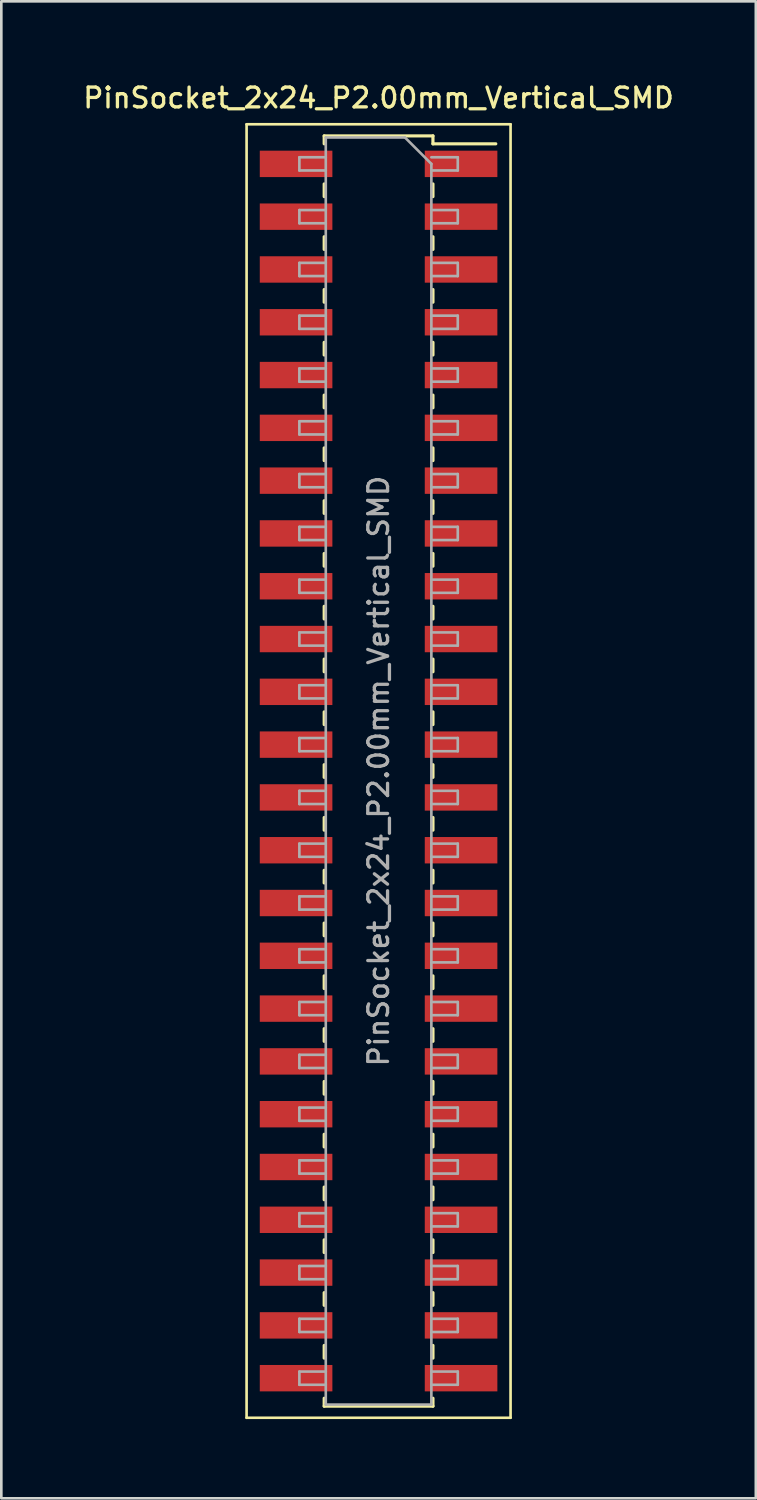
<source format=kicad_pcb>
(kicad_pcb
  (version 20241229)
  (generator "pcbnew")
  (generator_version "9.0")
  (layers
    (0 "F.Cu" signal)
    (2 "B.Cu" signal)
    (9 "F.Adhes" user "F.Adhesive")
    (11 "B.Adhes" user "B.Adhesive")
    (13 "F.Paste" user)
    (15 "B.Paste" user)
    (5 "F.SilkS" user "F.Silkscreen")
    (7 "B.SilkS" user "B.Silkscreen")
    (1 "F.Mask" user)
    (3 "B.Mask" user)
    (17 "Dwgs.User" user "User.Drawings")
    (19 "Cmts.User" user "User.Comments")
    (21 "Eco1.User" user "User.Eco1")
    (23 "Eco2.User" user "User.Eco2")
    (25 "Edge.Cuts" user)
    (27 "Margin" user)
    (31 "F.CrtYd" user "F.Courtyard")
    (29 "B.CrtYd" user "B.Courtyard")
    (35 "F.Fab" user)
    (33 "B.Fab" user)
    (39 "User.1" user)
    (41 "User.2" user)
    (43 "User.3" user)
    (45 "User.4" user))
  (footprint "PinSocket_2x24_P2.00mm_Vertical_SMD"
    (layer "F.Cu")
    (at 11.291 26.158)
    (property "Reference" "PinSocket_2x24_P2.00mm_Vertical_SMD" (at 0 -25.5 0) (layer "F.SilkS") (effects (font (size 0.75 0.75) (thickness 0.125))))
    (attr smd)
    (fp_line (start -5 -24.5) (end 5 -24.5) (stroke (width 0.1) (type solid)) (layer "F.SilkS"))
    (fp_line (start -5 24.5) (end -5 -24.5) (stroke (width 0.1) (type solid)) (layer "F.SilkS"))
    (fp_line (start -2.06 -24.06) (end -2.06 -23.76) (stroke (width 0.12) (type solid)) (layer "F.SilkS"))
    (fp_line (start -2.06 -24.06) (end 2.06 -24.06) (stroke (width 0.12) (type solid)) (layer "F.SilkS"))
    (fp_line (start -2.06 -22.24) (end -2.06 -21.76) (stroke (width 0.12) (type solid)) (layer "F.SilkS"))
    (fp_line (start -2.06 -20.24) (end -2.06 -19.76) (stroke (width 0.12) (type solid)) (layer "F.SilkS"))
    (fp_line (start -2.06 -18.24) (end -2.06 -17.76) (stroke (width 0.12) (type solid)) (layer "F.SilkS"))
    (fp_line (start -2.06 -16.24) (end -2.06 -15.76) (stroke (width 0.12) (type solid)) (layer "F.SilkS"))
    (fp_line (start -2.06 -14.24) (end -2.06 -13.76) (stroke (width 0.12) (type solid)) (layer "F.SilkS"))
    (fp_line (start -2.06 -12.24) (end -2.06 -11.76) (stroke (width 0.12) (type solid)) (layer "F.SilkS"))
    (fp_line (start -2.06 -10.24) (end -2.06 -9.76) (stroke (width 0.12) (type solid)) (layer "F.SilkS"))
    (fp_line (start -2.06 -8.24) (end -2.06 -7.76) (stroke (width 0.12) (type solid)) (layer "F.SilkS"))
    (fp_line (start -2.06 -6.24) (end -2.06 -5.76) (stroke (width 0.12) (type solid)) (layer "F.SilkS"))
    (fp_line (start -2.06 -4.24) (end -2.06 -3.76) (stroke (width 0.12) (type solid)) (layer "F.SilkS"))
    (fp_line (start -2.06 -2.24) (end -2.06 -1.76) (stroke (width 0.12) (type solid)) (layer "F.SilkS"))
    (fp_line (start -2.06 -0.24) (end -2.06 0.24) (stroke (width 0.12) (type solid)) (layer "F.SilkS"))
    (fp_line (start -2.06 1.76) (end -2.06 2.24) (stroke (width 0.12) (type solid)) (layer "F.SilkS"))
    (fp_line (start -2.06 3.76) (end -2.06 4.24) (stroke (width 0.12) (type solid)) (layer "F.SilkS"))
    (fp_line (start -2.06 5.76) (end -2.06 6.24) (stroke (width 0.12) (type solid)) (layer "F.SilkS"))
    (fp_line (start -2.06 7.76) (end -2.06 8.24) (stroke (width 0.12) (type solid)) (layer "F.SilkS"))
    (fp_line (start -2.06 9.76) (end -2.06 10.24) (stroke (width 0.12) (type solid)) (layer "F.SilkS"))
    (fp_line (start -2.06 11.76) (end -2.06 12.24) (stroke (width 0.12) (type solid)) (layer "F.SilkS"))
    (fp_line (start -2.06 13.76) (end -2.06 14.24) (stroke (width 0.12) (type solid)) (layer "F.SilkS"))
    (fp_line (start -2.06 15.76) (end -2.06 16.24) (stroke (width 0.12) (type solid)) (layer "F.SilkS"))
    (fp_line (start -2.06 17.76) (end -2.06 18.24) (stroke (width 0.12) (type solid)) (layer "F.SilkS"))
    (fp_line (start -2.06 19.76) (end -2.06 20.24) (stroke (width 0.12) (type solid)) (layer "F.SilkS"))
    (fp_line (start -2.06 21.76) (end -2.06 22.24) (stroke (width 0.12) (type solid)) (layer "F.SilkS"))
    (fp_line (start -2.06 23.76) (end -2.06 24.06) (stroke (width 0.12) (type solid)) (layer "F.SilkS"))
    (fp_line (start -2.06 24.06) (end 2.06 24.06) (stroke (width 0.12) (type solid)) (layer "F.SilkS"))
    (fp_line (start 2.06 -24.06) (end 2.06 -23.76) (stroke (width 0.12) (type solid)) (layer "F.SilkS"))
    (fp_line (start 2.06 -23.76) (end 4.44 -23.76) (stroke (width 0.12) (type solid)) (layer "F.SilkS"))
    (fp_line (start 2.06 -22.24) (end 2.06 -21.76) (stroke (width 0.12) (type solid)) (layer "F.SilkS"))
    (fp_line (start 2.06 -20.24) (end 2.06 -19.76) (stroke (width 0.12) (type solid)) (layer "F.SilkS"))
    (fp_line (start 2.06 -18.24) (end 2.06 -17.76) (stroke (width 0.12) (type solid)) (layer "F.SilkS"))
    (fp_line (start 2.06 -16.24) (end 2.06 -15.76) (stroke (width 0.12) (type solid)) (layer "F.SilkS"))
    (fp_line (start 2.06 -14.24) (end 2.06 -13.76) (stroke (width 0.12) (type solid)) (layer "F.SilkS"))
    (fp_line (start 2.06 -12.24) (end 2.06 -11.76) (stroke (width 0.12) (type solid)) (layer "F.SilkS"))
    (fp_line (start 2.06 -10.24) (end 2.06 -9.76) (stroke (width 0.12) (type solid)) (layer "F.SilkS"))
    (fp_line (start 2.06 -8.24) (end 2.06 -7.76) (stroke (width 0.12) (type solid)) (layer "F.SilkS"))
    (fp_line (start 2.06 -6.24) (end 2.06 -5.76) (stroke (width 0.12) (type solid)) (layer "F.SilkS"))
    (fp_line (start 2.06 -4.24) (end 2.06 -3.76) (stroke (width 0.12) (type solid)) (layer "F.SilkS"))
    (fp_line (start 2.06 -2.24) (end 2.06 -1.76) (stroke (width 0.12) (type solid)) (layer "F.SilkS"))
    (fp_line (start 2.06 -0.24) (end 2.06 0.24) (stroke (width 0.12) (type solid)) (layer "F.SilkS"))
    (fp_line (start 2.06 1.76) (end 2.06 2.24) (stroke (width 0.12) (type solid)) (layer "F.SilkS"))
    (fp_line (start 2.06 3.76) (end 2.06 4.24) (stroke (width 0.12) (type solid)) (layer "F.SilkS"))
    (fp_line (start 2.06 5.76) (end 2.06 6.24) (stroke (width 0.12) (type solid)) (layer "F.SilkS"))
    (fp_line (start 2.06 7.76) (end 2.06 8.24) (stroke (width 0.12) (type solid)) (layer "F.SilkS"))
    (fp_line (start 2.06 9.76) (end 2.06 10.24) (stroke (width 0.12) (type solid)) (layer "F.SilkS"))
    (fp_line (start 2.06 11.76) (end 2.06 12.24) (stroke (width 0.12) (type solid)) (layer "F.SilkS"))
    (fp_line (start 2.06 13.76) (end 2.06 14.24) (stroke (width 0.12) (type solid)) (layer "F.SilkS"))
    (fp_line (start 2.06 15.76) (end 2.06 16.24) (stroke (width 0.12) (type solid)) (layer "F.SilkS"))
    (fp_line (start 2.06 17.76) (end 2.06 18.24) (stroke (width 0.12) (type solid)) (layer "F.SilkS"))
    (fp_line (start 2.06 19.76) (end 2.06 20.24) (stroke (width 0.12) (type solid)) (layer "F.SilkS"))
    (fp_line (start 2.06 21.76) (end 2.06 22.24) (stroke (width 0.12) (type solid)) (layer "F.SilkS"))
    (fp_line (start 2.06 23.76) (end 2.06 24.06) (stroke (width 0.12) (type solid)) (layer "F.SilkS"))
    (fp_line (start 5 -24.5) (end 5 24.5) (stroke (width 0.1) (type solid)) (layer "F.SilkS"))
    (fp_line (start 5 24.5) (end -5 24.5) (stroke (width 0.1) (type solid)) (layer "F.SilkS"))
    (fp_line (start -3 -23.25) (end -2 -23.25) (stroke (width 0.1) (type solid)) (layer "F.Fab"))
    (fp_line (start -3 -22.75) (end -3 -23.25) (stroke (width 0.1) (type solid)) (layer "F.Fab"))
    (fp_line (start -3 -21.25) (end -2 -21.25) (stroke (width 0.1) (type solid)) (layer "F.Fab"))
    (fp_line (start -3 -20.75) (end -3 -21.25) (stroke (width 0.1) (type solid)) (layer "F.Fab"))
    (fp_line (start -3 -19.25) (end -2 -19.25) (stroke (width 0.1) (type solid)) (layer "F.Fab"))
    (fp_line (start -3 -18.75) (end -3 -19.25) (stroke (width 0.1) (type solid)) (layer "F.Fab"))
    (fp_line (start -3 -17.25) (end -2 -17.25) (stroke (width 0.1) (type solid)) (layer "F.Fab"))
    (fp_line (start -3 -16.75) (end -3 -17.25) (stroke (width 0.1) (type solid)) (layer "F.Fab"))
    (fp_line (start -3 -15.25) (end -2 -15.25) (stroke (width 0.1) (type solid)) (layer "F.Fab"))
    (fp_line (start -3 -14.75) (end -3 -15.25) (stroke (width 0.1) (type solid)) (layer "F.Fab"))
    (fp_line (start -3 -13.25) (end -2 -13.25) (stroke (width 0.1) (type solid)) (layer "F.Fab"))
    (fp_line (start -3 -12.75) (end -3 -13.25) (stroke (width 0.1) (type solid)) (layer "F.Fab"))
    (fp_line (start -3 -11.25) (end -2 -11.25) (stroke (width 0.1) (type solid)) (layer "F.Fab"))
    (fp_line (start -3 -10.75) (end -3 -11.25) (stroke (width 0.1) (type solid)) (layer "F.Fab"))
    (fp_line (start -3 -9.25) (end -2 -9.25) (stroke (width 0.1) (type solid)) (layer "F.Fab"))
    (fp_line (start -3 -8.75) (end -3 -9.25) (stroke (width 0.1) (type solid)) (layer "F.Fab"))
    (fp_line (start -3 -7.25) (end -2 -7.25) (stroke (width 0.1) (type solid)) (layer "F.Fab"))
    (fp_line (start -3 -6.75) (end -3 -7.25) (stroke (width 0.1) (type solid)) (layer "F.Fab"))
    (fp_line (start -3 -5.25) (end -2 -5.25) (stroke (width 0.1) (type solid)) (layer "F.Fab"))
    (fp_line (start -3 -4.75) (end -3 -5.25) (stroke (width 0.1) (type solid)) (layer "F.Fab"))
    (fp_line (start -3 -3.25) (end -2 -3.25) (stroke (width 0.1) (type solid)) (layer "F.Fab"))
    (fp_line (start -3 -2.75) (end -3 -3.25) (stroke (width 0.1) (type solid)) (layer "F.Fab"))
    (fp_line (start -3 -1.25) (end -2 -1.25) (stroke (width 0.1) (type solid)) (layer "F.Fab"))
    (fp_line (start -3 -0.75) (end -3 -1.25) (stroke (width 0.1) (type solid)) (layer "F.Fab"))
    (fp_line (start -3 0.75) (end -2 0.75) (stroke (width 0.1) (type solid)) (layer "F.Fab"))
    (fp_line (start -3 1.25) (end -3 0.75) (stroke (width 0.1) (type solid)) (layer "F.Fab"))
    (fp_line (start -3 2.75) (end -2 2.75) (stroke (width 0.1) (type solid)) (layer "F.Fab"))
    (fp_line (start -3 3.25) (end -3 2.75) (stroke (width 0.1) (type solid)) (layer "F.Fab"))
    (fp_line (start -3 4.75) (end -2 4.75) (stroke (width 0.1) (type solid)) (layer "F.Fab"))
    (fp_line (start -3 5.25) (end -3 4.75) (stroke (width 0.1) (type solid)) (layer "F.Fab"))
    (fp_line (start -3 6.75) (end -2 6.75) (stroke (width 0.1) (type solid)) (layer "F.Fab"))
    (fp_line (start -3 7.25) (end -3 6.75) (stroke (width 0.1) (type solid)) (layer "F.Fab"))
    (fp_line (start -3 8.75) (end -2 8.75) (stroke (width 0.1) (type solid)) (layer "F.Fab"))
    (fp_line (start -3 9.25) (end -3 8.75) (stroke (width 0.1) (type solid)) (layer "F.Fab"))
    (fp_line (start -3 10.75) (end -2 10.75) (stroke (width 0.1) (type solid)) (layer "F.Fab"))
    (fp_line (start -3 11.25) (end -3 10.75) (stroke (width 0.1) (type solid)) (layer "F.Fab"))
    (fp_line (start -3 12.75) (end -2 12.75) (stroke (width 0.1) (type solid)) (layer "F.Fab"))
    (fp_line (start -3 13.25) (end -3 12.75) (stroke (width 0.1) (type solid)) (layer "F.Fab"))
    (fp_line (start -3 14.75) (end -2 14.75) (stroke (width 0.1) (type solid)) (layer "F.Fab"))
    (fp_line (start -3 15.25) (end -3 14.75) (stroke (width 0.1) (type solid)) (layer "F.Fab"))
    (fp_line (start -3 16.75) (end -2 16.75) (stroke (width 0.1) (type solid)) (layer "F.Fab"))
    (fp_line (start -3 17.25) (end -3 16.75) (stroke (width 0.1) (type solid)) (layer "F.Fab"))
    (fp_line (start -3 18.75) (end -2 18.75) (stroke (width 0.1) (type solid)) (layer "F.Fab"))
    (fp_line (start -3 19.25) (end -3 18.75) (stroke (width 0.1) (type solid)) (layer "F.Fab"))
    (fp_line (start -3 20.75) (end -2 20.75) (stroke (width 0.1) (type solid)) (layer "F.Fab"))
    (fp_line (start -3 21.25) (end -3 20.75) (stroke (width 0.1) (type solid)) (layer "F.Fab"))
    (fp_line (start -3 22.75) (end -2 22.75) (stroke (width 0.1) (type solid)) (layer "F.Fab"))
    (fp_line (start -3 23.25) (end -3 22.75) (stroke (width 0.1) (type solid)) (layer "F.Fab"))
    (fp_line (start -2 -24) (end 1 -24) (stroke (width 0.1) (type solid)) (layer "F.Fab"))
    (fp_line (start -2 -22.75) (end -3 -22.75) (stroke (width 0.1) (type solid)) (layer "F.Fab"))
    (fp_line (start -2 -20.75) (end -3 -20.75) (stroke (width 0.1) (type solid)) (layer "F.Fab"))
    (fp_line (start -2 -18.75) (end -3 -18.75) (stroke (width 0.1) (type solid)) (layer "F.Fab"))
    (fp_line (start -2 -16.75) (end -3 -16.75) (stroke (width 0.1) (type solid)) (layer "F.Fab"))
    (fp_line (start -2 -14.75) (end -3 -14.75) (stroke (width 0.1) (type solid)) (layer "F.Fab"))
    (fp_line (start -2 -12.75) (end -3 -12.75) (stroke (width 0.1) (type solid)) (layer "F.Fab"))
    (fp_line (start -2 -10.75) (end -3 -10.75) (stroke (width 0.1) (type solid)) (layer "F.Fab"))
    (fp_line (start -2 -8.75) (end -3 -8.75) (stroke (width 0.1) (type solid)) (layer "F.Fab"))
    (fp_line (start -2 -6.75) (end -3 -6.75) (stroke (width 0.1) (type solid)) (layer "F.Fab"))
    (fp_line (start -2 -4.75) (end -3 -4.75) (stroke (width 0.1) (type solid)) (layer "F.Fab"))
    (fp_line (start -2 -2.75) (end -3 -2.75) (stroke (width 0.1) (type solid)) (layer "F.Fab"))
    (fp_line (start -2 -0.75) (end -3 -0.75) (stroke (width 0.1) (type solid)) (layer "F.Fab"))
    (fp_line (start -2 1.25) (end -3 1.25) (stroke (width 0.1) (type solid)) (layer "F.Fab"))
    (fp_line (start -2 3.25) (end -3 3.25) (stroke (width 0.1) (type solid)) (layer "F.Fab"))
    (fp_line (start -2 5.25) (end -3 5.25) (stroke (width 0.1) (type solid)) (layer "F.Fab"))
    (fp_line (start -2 7.25) (end -3 7.25) (stroke (width 0.1) (type solid)) (layer "F.Fab"))
    (fp_line (start -2 9.25) (end -3 9.25) (stroke (width 0.1) (type solid)) (layer "F.Fab"))
    (fp_line (start -2 11.25) (end -3 11.25) (stroke (width 0.1) (type solid)) (layer "F.Fab"))
    (fp_line (start -2 13.25) (end -3 13.25) (stroke (width 0.1) (type solid)) (layer "F.Fab"))
    (fp_line (start -2 15.25) (end -3 15.25) (stroke (width 0.1) (type solid)) (layer "F.Fab"))
    (fp_line (start -2 17.25) (end -3 17.25) (stroke (width 0.1) (type solid)) (layer "F.Fab"))
    (fp_line (start -2 19.25) (end -3 19.25) (stroke (width 0.1) (type solid)) (layer "F.Fab"))
    (fp_line (start -2 21.25) (end -3 21.25) (stroke (width 0.1) (type solid)) (layer "F.Fab"))
    (fp_line (start -2 23.25) (end -3 23.25) (stroke (width 0.1) (type solid)) (layer "F.Fab"))
    (fp_line (start -2 24) (end -2 -24) (stroke (width 0.1) (type solid)) (layer "F.Fab"))
    (fp_line (start 1 -24) (end 2 -23) (stroke (width 0.1) (type solid)) (layer "F.Fab"))
    (fp_line (start 2 -23.25) (end 3 -23.25) (stroke (width 0.1) (type solid)) (layer "F.Fab"))
    (fp_line (start 2 -23) (end 2 24) (stroke (width 0.1) (type solid)) (layer "F.Fab"))
    (fp_line (start 2 -21.25) (end 3 -21.25) (stroke (width 0.1) (type solid)) (layer "F.Fab"))
    (fp_line (start 2 -19.25) (end 3 -19.25) (stroke (width 0.1) (type solid)) (layer "F.Fab"))
    (fp_line (start 2 -17.25) (end 3 -17.25) (stroke (width 0.1) (type solid)) (layer "F.Fab"))
    (fp_line (start 2 -15.25) (end 3 -15.25) (stroke (width 0.1) (type solid)) (layer "F.Fab"))
    (fp_line (start 2 -13.25) (end 3 -13.25) (stroke (width 0.1) (type solid)) (layer "F.Fab"))
    (fp_line (start 2 -11.25) (end 3 -11.25) (stroke (width 0.1) (type solid)) (layer "F.Fab"))
    (fp_line (start 2 -9.25) (end 3 -9.25) (stroke (width 0.1) (type solid)) (layer "F.Fab"))
    (fp_line (start 2 -7.25) (end 3 -7.25) (stroke (width 0.1) (type solid)) (layer "F.Fab"))
    (fp_line (start 2 -5.25) (end 3 -5.25) (stroke (width 0.1) (type solid)) (layer "F.Fab"))
    (fp_line (start 2 -3.25) (end 3 -3.25) (stroke (width 0.1) (type solid)) (layer "F.Fab"))
    (fp_line (start 2 -1.25) (end 3 -1.25) (stroke (width 0.1) (type solid)) (layer "F.Fab"))
    (fp_line (start 2 0.75) (end 3 0.75) (stroke (width 0.1) (type solid)) (layer "F.Fab"))
    (fp_line (start 2 2.75) (end 3 2.75) (stroke (width 0.1) (type solid)) (layer "F.Fab"))
    (fp_line (start 2 4.75) (end 3 4.75) (stroke (width 0.1) (type solid)) (layer "F.Fab"))
    (fp_line (start 2 6.75) (end 3 6.75) (stroke (width 0.1) (type solid)) (layer "F.Fab"))
    (fp_line (start 2 8.75) (end 3 8.75) (stroke (width 0.1) (type solid)) (layer "F.Fab"))
    (fp_line (start 2 10.75) (end 3 10.75) (stroke (width 0.1) (type solid)) (layer "F.Fab"))
    (fp_line (start 2 12.75) (end 3 12.75) (stroke (width 0.1) (type solid)) (layer "F.Fab"))
    (fp_line (start 2 14.75) (end 3 14.75) (stroke (width 0.1) (type solid)) (layer "F.Fab"))
    (fp_line (start 2 16.75) (end 3 16.75) (stroke (width 0.1) (type solid)) (layer "F.Fab"))
    (fp_line (start 2 18.75) (end 3 18.75) (stroke (width 0.1) (type solid)) (layer "F.Fab"))
    (fp_line (start 2 20.75) (end 3 20.75) (stroke (width 0.1) (type solid)) (layer "F.Fab"))
    (fp_line (start 2 22.75) (end 3 22.75) (stroke (width 0.1) (type solid)) (layer "F.Fab"))
    (fp_line (start 2 24) (end -2 24) (stroke (width 0.1) (type solid)) (layer "F.Fab"))
    (fp_line (start 3 -23.25) (end 3 -22.75) (stroke (width 0.1) (type solid)) (layer "F.Fab"))
    (fp_line (start 3 -22.75) (end 2 -22.75) (stroke (width 0.1) (type solid)) (layer "F.Fab"))
    (fp_line (start 3 -21.25) (end 3 -20.75) (stroke (width 0.1) (type solid)) (layer "F.Fab"))
    (fp_line (start 3 -20.75) (end 2 -20.75) (stroke (width 0.1) (type solid)) (layer "F.Fab"))
    (fp_line (start 3 -19.25) (end 3 -18.75) (stroke (width 0.1) (type solid)) (layer "F.Fab"))
    (fp_line (start 3 -18.75) (end 2 -18.75) (stroke (width 0.1) (type solid)) (layer "F.Fab"))
    (fp_line (start 3 -17.25) (end 3 -16.75) (stroke (width 0.1) (type solid)) (layer "F.Fab"))
    (fp_line (start 3 -16.75) (end 2 -16.75) (stroke (width 0.1) (type solid)) (layer "F.Fab"))
    (fp_line (start 3 -15.25) (end 3 -14.75) (stroke (width 0.1) (type solid)) (layer "F.Fab"))
    (fp_line (start 3 -14.75) (end 2 -14.75) (stroke (width 0.1) (type solid)) (layer "F.Fab"))
    (fp_line (start 3 -13.25) (end 3 -12.75) (stroke (width 0.1) (type solid)) (layer "F.Fab"))
    (fp_line (start 3 -12.75) (end 2 -12.75) (stroke (width 0.1) (type solid)) (layer "F.Fab"))
    (fp_line (start 3 -11.25) (end 3 -10.75) (stroke (width 0.1) (type solid)) (layer "F.Fab"))
    (fp_line (start 3 -10.75) (end 2 -10.75) (stroke (width 0.1) (type solid)) (layer "F.Fab"))
    (fp_line (start 3 -9.25) (end 3 -8.75) (stroke (width 0.1) (type solid)) (layer "F.Fab"))
    (fp_line (start 3 -8.75) (end 2 -8.75) (stroke (width 0.1) (type solid)) (layer "F.Fab"))
    (fp_line (start 3 -7.25) (end 3 -6.75) (stroke (width 0.1) (type solid)) (layer "F.Fab"))
    (fp_line (start 3 -6.75) (end 2 -6.75) (stroke (width 0.1) (type solid)) (layer "F.Fab"))
    (fp_line (start 3 -5.25) (end 3 -4.75) (stroke (width 0.1) (type solid)) (layer "F.Fab"))
    (fp_line (start 3 -4.75) (end 2 -4.75) (stroke (width 0.1) (type solid)) (layer "F.Fab"))
    (fp_line (start 3 -3.25) (end 3 -2.75) (stroke (width 0.1) (type solid)) (layer "F.Fab"))
    (fp_line (start 3 -2.75) (end 2 -2.75) (stroke (width 0.1) (type solid)) (layer "F.Fab"))
    (fp_line (start 3 -1.25) (end 3 -0.75) (stroke (width 0.1) (type solid)) (layer "F.Fab"))
    (fp_line (start 3 -0.75) (end 2 -0.75) (stroke (width 0.1) (type solid)) (layer "F.Fab"))
    (fp_line (start 3 0.75) (end 3 1.25) (stroke (width 0.1) (type solid)) (layer "F.Fab"))
    (fp_line (start 3 1.25) (end 2 1.25) (stroke (width 0.1) (type solid)) (layer "F.Fab"))
    (fp_line (start 3 2.75) (end 3 3.25) (stroke (width 0.1) (type solid)) (layer "F.Fab"))
    (fp_line (start 3 3.25) (end 2 3.25) (stroke (width 0.1) (type solid)) (layer "F.Fab"))
    (fp_line (start 3 4.75) (end 3 5.25) (stroke (width 0.1) (type solid)) (layer "F.Fab"))
    (fp_line (start 3 5.25) (end 2 5.25) (stroke (width 0.1) (type solid)) (layer "F.Fab"))
    (fp_line (start 3 6.75) (end 3 7.25) (stroke (width 0.1) (type solid)) (layer "F.Fab"))
    (fp_line (start 3 7.25) (end 2 7.25) (stroke (width 0.1) (type solid)) (layer "F.Fab"))
    (fp_line (start 3 8.75) (end 3 9.25) (stroke (width 0.1) (type solid)) (layer "F.Fab"))
    (fp_line (start 3 9.25) (end 2 9.25) (stroke (width 0.1) (type solid)) (layer "F.Fab"))
    (fp_line (start 3 10.75) (end 3 11.25) (stroke (width 0.1) (type solid)) (layer "F.Fab"))
    (fp_line (start 3 11.25) (end 2 11.25) (stroke (width 0.1) (type solid)) (layer "F.Fab"))
    (fp_line (start 3 12.75) (end 3 13.25) (stroke (width 0.1) (type solid)) (layer "F.Fab"))
    (fp_line (start 3 13.25) (end 2 13.25) (stroke (width 0.1) (type solid)) (layer "F.Fab"))
    (fp_line (start 3 14.75) (end 3 15.25) (stroke (width 0.1) (type solid)) (layer "F.Fab"))
    (fp_line (start 3 15.25) (end 2 15.25) (stroke (width 0.1) (type solid)) (layer "F.Fab"))
    (fp_line (start 3 16.75) (end 3 17.25) (stroke (width 0.1) (type solid)) (layer "F.Fab"))
    (fp_line (start 3 17.25) (end 2 17.25) (stroke (width 0.1) (type solid)) (layer "F.Fab"))
    (fp_line (start 3 18.75) (end 3 19.25) (stroke (width 0.1) (type solid)) (layer "F.Fab"))
    (fp_line (start 3 19.25) (end 2 19.25) (stroke (width 0.1) (type solid)) (layer "F.Fab"))
    (fp_line (start 3 20.75) (end 3 21.25) (stroke (width 0.1) (type solid)) (layer "F.Fab"))
    (fp_line (start 3 21.25) (end 2 21.25) (stroke (width 0.1) (type solid)) (layer "F.Fab"))
    (fp_line (start 3 22.75) (end 3 23.25) (stroke (width 0.1) (type solid)) (layer "F.Fab"))
    (fp_line (start 3 23.25) (end 2 23.25) (stroke (width 0.1) (type solid)) (layer "F.Fab"))
    (fp_text user "${REFERENCE}" (at 0 0 90) (layer "F.Fab") (effects (font (size 0.75 0.75) (thickness 0.125))))
    (pad "1" smd rect (at 3.125 -23) (size 2.75 1) (layers "F.Cu" "F.Mask" "F.Paste"))
    (pad "2" smd rect (at -3.125 -23) (size 2.75 1) (layers "F.Cu" "F.Mask" "F.Paste"))
    (pad "3" smd rect (at 3.125 -21) (size 2.75 1) (layers "F.Cu" "F.Mask" "F.Paste"))
    (pad "4" smd rect (at -3.125 -21) (size 2.75 1) (layers "F.Cu" "F.Mask" "F.Paste"))
    (pad "5" smd rect (at 3.125 -19) (size 2.75 1) (layers "F.Cu" "F.Mask" "F.Paste"))
    (pad "6" smd rect (at -3.125 -19) (size 2.75 1) (layers "F.Cu" "F.Mask" "F.Paste"))
    (pad "7" smd rect (at 3.125 -17) (size 2.75 1) (layers "F.Cu" "F.Mask" "F.Paste"))
    (pad "8" smd rect (at -3.125 -17) (size 2.75 1) (layers "F.Cu" "F.Mask" "F.Paste"))
    (pad "9" smd rect (at 3.125 -15) (size 2.75 1) (layers "F.Cu" "F.Mask" "F.Paste"))
    (pad "10" smd rect (at -3.125 -15) (size 2.75 1) (layers "F.Cu" "F.Mask" "F.Paste"))
    (pad "11" smd rect (at 3.125 -13) (size 2.75 1) (layers "F.Cu" "F.Mask" "F.Paste"))
    (pad "12" smd rect (at -3.125 -13) (size 2.75 1) (layers "F.Cu" "F.Mask" "F.Paste"))
    (pad "13" smd rect (at 3.125 -11) (size 2.75 1) (layers "F.Cu" "F.Mask" "F.Paste"))
    (pad "14" smd rect (at -3.125 -11) (size 2.75 1) (layers "F.Cu" "F.Mask" "F.Paste"))
    (pad "15" smd rect (at 3.125 -9) (size 2.75 1) (layers "F.Cu" "F.Mask" "F.Paste"))
    (pad "16" smd rect (at -3.125 -9) (size 2.75 1) (layers "F.Cu" "F.Mask" "F.Paste"))
    (pad "17" smd rect (at 3.125 -7) (size 2.75 1) (layers "F.Cu" "F.Mask" "F.Paste"))
    (pad "18" smd rect (at -3.125 -7) (size 2.75 1) (layers "F.Cu" "F.Mask" "F.Paste"))
    (pad "19" smd rect (at 3.125 -5) (size 2.75 1) (layers "F.Cu" "F.Mask" "F.Paste"))
    (pad "20" smd rect (at -3.125 -5) (size 2.75 1) (layers "F.Cu" "F.Mask" "F.Paste"))
    (pad "21" smd rect (at 3.125 -3) (size 2.75 1) (layers "F.Cu" "F.Mask" "F.Paste"))
    (pad "22" smd rect (at -3.125 -3) (size 2.75 1) (layers "F.Cu" "F.Mask" "F.Paste"))
    (pad "23" smd rect (at 3.125 -1) (size 2.75 1) (layers "F.Cu" "F.Mask" "F.Paste"))
    (pad "24" smd rect (at -3.125 -1) (size 2.75 1) (layers "F.Cu" "F.Mask" "F.Paste"))
    (pad "25" smd rect (at 3.125 1) (size 2.75 1) (layers "F.Cu" "F.Mask" "F.Paste"))
    (pad "26" smd rect (at -3.125 1) (size 2.75 1) (layers "F.Cu" "F.Mask" "F.Paste"))
    (pad "27" smd rect (at 3.125 3) (size 2.75 1) (layers "F.Cu" "F.Mask" "F.Paste"))
    (pad "28" smd rect (at -3.125 3) (size 2.75 1) (layers "F.Cu" "F.Mask" "F.Paste"))
    (pad "29" smd rect (at 3.125 5) (size 2.75 1) (layers "F.Cu" "F.Mask" "F.Paste"))
    (pad "30" smd rect (at -3.125 5) (size 2.75 1) (layers "F.Cu" "F.Mask" "F.Paste"))
    (pad "31" smd rect (at 3.125 7) (size 2.75 1) (layers "F.Cu" "F.Mask" "F.Paste"))
    (pad "32" smd rect (at -3.125 7) (size 2.75 1) (layers "F.Cu" "F.Mask" "F.Paste"))
    (pad "33" smd rect (at 3.125 9) (size 2.75 1) (layers "F.Cu" "F.Mask" "F.Paste"))
    (pad "34" smd rect (at -3.125 9) (size 2.75 1) (layers "F.Cu" "F.Mask" "F.Paste"))
    (pad "35" smd rect (at 3.125 11) (size 2.75 1) (layers "F.Cu" "F.Mask" "F.Paste"))
    (pad "36" smd rect (at -3.125 11) (size 2.75 1) (layers "F.Cu" "F.Mask" "F.Paste"))
    (pad "37" smd rect (at 3.125 13) (size 2.75 1) (layers "F.Cu" "F.Mask" "F.Paste"))
    (pad "38" smd rect (at -3.125 13) (size 2.75 1) (layers "F.Cu" "F.Mask" "F.Paste"))
    (pad "39" smd rect (at 3.125 15) (size 2.75 1) (layers "F.Cu" "F.Mask" "F.Paste"))
    (pad "40" smd rect (at -3.125 15) (size 2.75 1) (layers "F.Cu" "F.Mask" "F.Paste"))
    (pad "41" smd rect (at 3.125 17) (size 2.75 1) (layers "F.Cu" "F.Mask" "F.Paste"))
    (pad "42" smd rect (at -3.125 17) (size 2.75 1) (layers "F.Cu" "F.Mask" "F.Paste"))
    (pad "43" smd rect (at 3.125 19) (size 2.75 1) (layers "F.Cu" "F.Mask" "F.Paste"))
    (pad "44" smd rect (at -3.125 19) (size 2.75 1) (layers "F.Cu" "F.Mask" "F.Paste"))
    (pad "45" smd rect (at 3.125 21) (size 2.75 1) (layers "F.Cu" "F.Mask" "F.Paste"))
    (pad "46" smd rect (at -3.125 21) (size 2.75 1) (layers "F.Cu" "F.Mask" "F.Paste"))
    (pad "47" smd rect (at 3.125 23) (size 2.75 1) (layers "F.Cu" "F.Mask" "F.Paste"))
    (pad "48" smd rect (at -3.125 23) (size 2.75 1) (layers "F.Cu" "F.Mask" "F.Paste")))
  (gr_rect
    (start -3 -3)
    (end 25.582 53.708)
    (stroke (width 0.1) (type default))
    (fill no)
    (layer "Edge.Cuts")))
</source>
